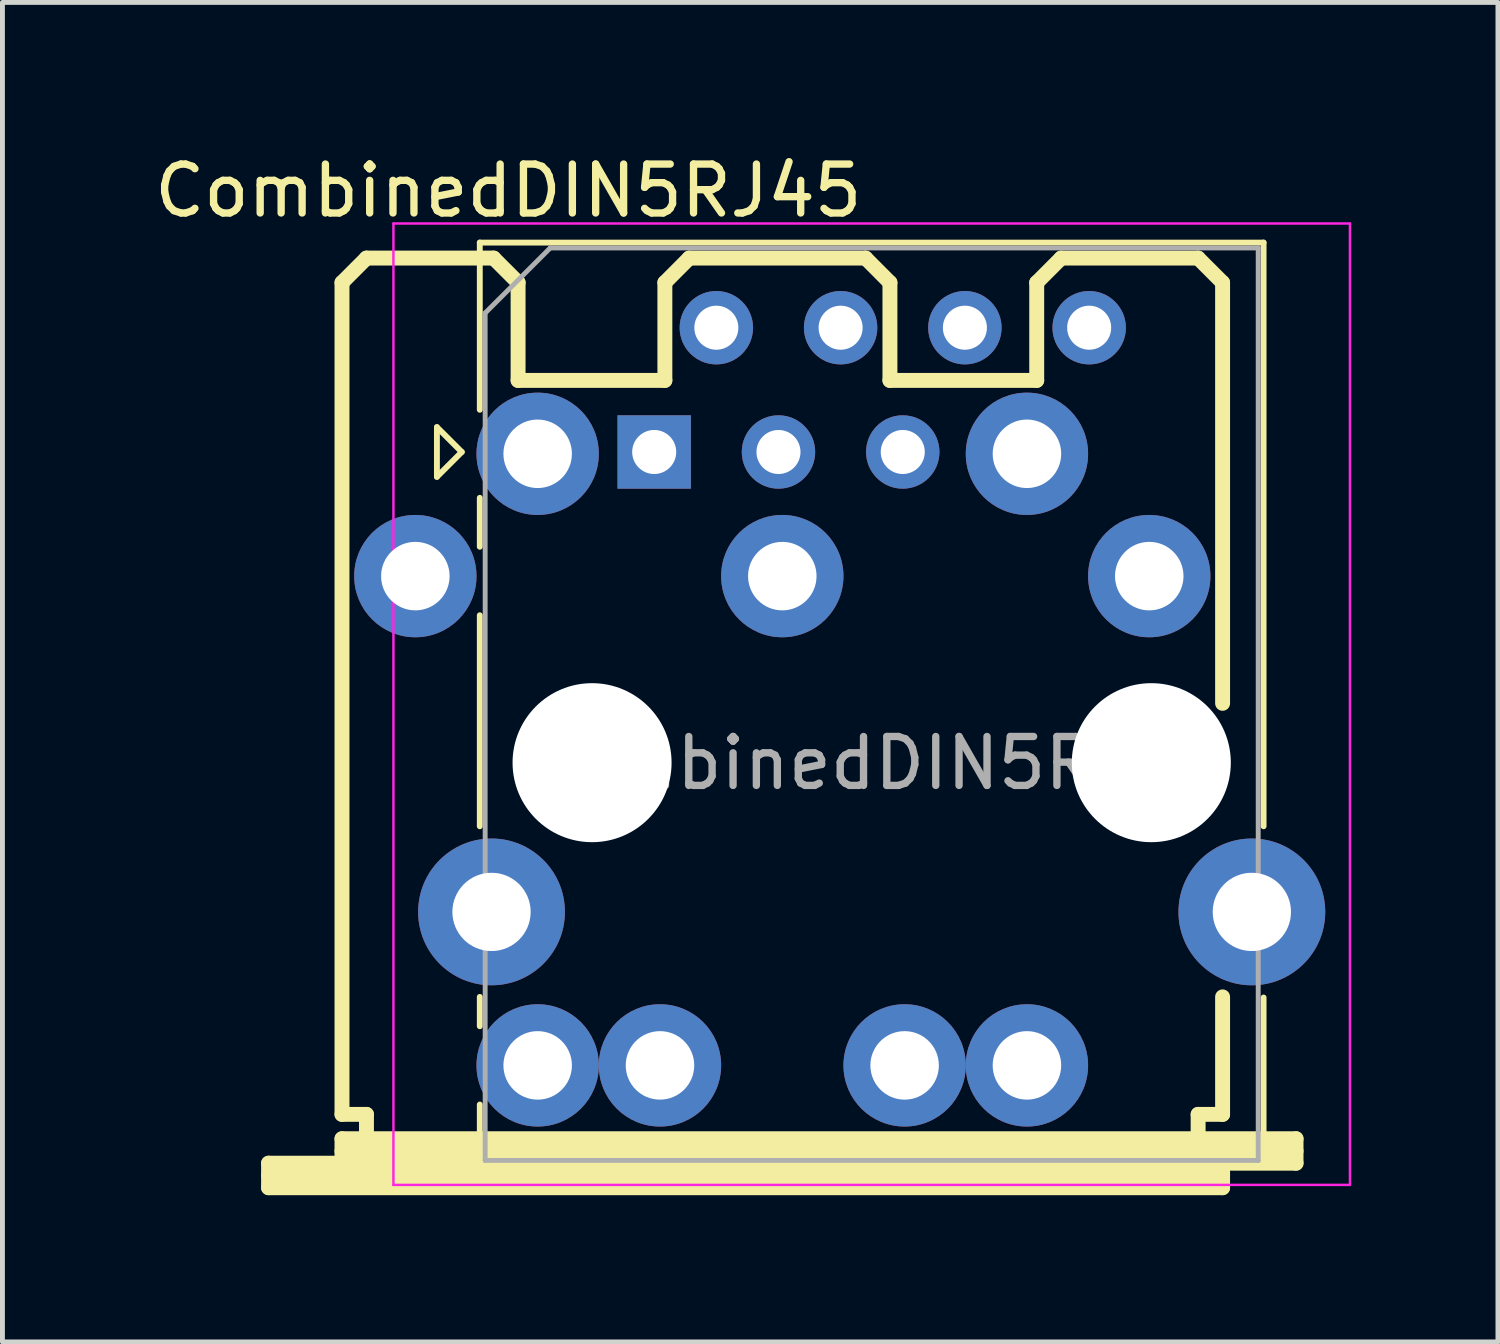
<source format=kicad_pcb>
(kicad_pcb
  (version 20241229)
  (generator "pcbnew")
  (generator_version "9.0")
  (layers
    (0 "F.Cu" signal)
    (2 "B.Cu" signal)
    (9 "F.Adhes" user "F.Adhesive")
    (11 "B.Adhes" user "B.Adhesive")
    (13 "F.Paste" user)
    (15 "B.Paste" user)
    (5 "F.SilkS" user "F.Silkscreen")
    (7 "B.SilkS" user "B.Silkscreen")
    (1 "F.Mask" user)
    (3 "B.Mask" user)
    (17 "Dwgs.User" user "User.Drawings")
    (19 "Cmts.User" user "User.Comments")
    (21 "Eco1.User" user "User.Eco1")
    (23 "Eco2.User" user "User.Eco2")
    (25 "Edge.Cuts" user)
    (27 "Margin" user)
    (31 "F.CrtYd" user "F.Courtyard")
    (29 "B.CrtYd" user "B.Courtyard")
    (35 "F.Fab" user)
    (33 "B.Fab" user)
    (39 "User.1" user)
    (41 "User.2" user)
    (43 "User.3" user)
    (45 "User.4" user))
  (footprint "CombinedDIN5RJ45"
    (layer "F.Cu")
    (at 12.939 11.725)
    (property "Reference" "CombinedDIN5RJ45" (at -5.6 -10.877 0) (layer "F.SilkS") (effects (font (size 1 1) (thickness 0.15))))
    (attr through_hole)
    (fp_line (start -10.5 8.999) (end -8.999 8.999) (stroke (width 0.305) (type solid)) (layer "F.SilkS"))
    (fp_line (start -10.5 9.251) (end 8.999 9.251) (stroke (width 0.305) (type solid)) (layer "F.SilkS"))
    (fp_line (start -10.5 9.5) (end -10.5 8.999) (stroke (width 0.305) (type solid)) (layer "F.SilkS"))
    (fp_line (start -8.999 -8.999) (end -8.999 8.001) (stroke (width 0.305) (type solid)) (layer "F.SilkS"))
    (fp_line (start -8.999 -8.999) (end -8.499 -9.5) (stroke (width 0.305) (type solid)) (layer "F.SilkS"))
    (fp_line (start -8.999 8.001) (end -8.499 8.001) (stroke (width 0.305) (type solid)) (layer "F.SilkS"))
    (fp_line (start -8.999 8.499) (end 10.5 8.499) (stroke (width 0.305) (type solid)) (layer "F.SilkS"))
    (fp_line (start -8.999 8.75) (end 10.5 8.75) (stroke (width 0.305) (type solid)) (layer "F.SilkS"))
    (fp_line (start -8.999 8.999) (end -8.999 8.499) (stroke (width 0.305) (type solid)) (layer "F.SilkS"))
    (fp_line (start -8.499 -9.5) (end -5.9 -9.5) (stroke (width 0.305) (type solid)) (layer "F.SilkS"))
    (fp_line (start -8.499 8.001) (end -8.499 8.499) (stroke (width 0.305) (type solid)) (layer "F.SilkS"))
    (fp_line (start -7.059 -6.045) (end -7.059 -5.029) (stroke (width 0.12) (type solid)) (layer "F.SilkS"))
    (fp_line (start -7.059 -5.029) (end -6.551 -5.537) (stroke (width 0.12) (type solid)) (layer "F.SilkS"))
    (fp_line (start -6.551 -5.537) (end -7.059 -6.045) (stroke (width 0.12) (type solid)) (layer "F.SilkS"))
    (fp_line (start -6.183 -9.817) (end -6.183 -6.4) (stroke (width 0.12) (type solid)) (layer "F.SilkS"))
    (fp_line (start -6.183 -3.6) (end -6.183 -4.6) (stroke (width 0.12) (type solid)) (layer "F.SilkS"))
    (fp_line (start -6.183 -2.2) (end -6.183 2.113) (stroke (width 0.12) (type solid)) (layer "F.SilkS"))
    (fp_line (start -6.183 5.6) (end -6.183 6.2) (stroke (width 0.12) (type solid)) (layer "F.SilkS"))
    (fp_line (start -6.183 7.8) (end -6.183 9.053) (stroke (width 0.12) (type solid)) (layer "F.SilkS"))
    (fp_line (start -5.9 -9.5) (end -5.4 -9) (stroke (width 0.305) (type solid)) (layer "F.SilkS"))
    (fp_line (start -5.4 -8.999) (end -5.4 -7) (stroke (width 0.305) (type solid)) (layer "F.SilkS"))
    (fp_line (start -5.4 -7) (end -2.4 -7) (stroke (width 0.305) (type solid)) (layer "F.SilkS"))
    (fp_line (start -2.4 -8.999) (end -2.4 -7) (stroke (width 0.305) (type solid)) (layer "F.SilkS"))
    (fp_line (start -1.902 -9.5) (end -2.4 -9) (stroke (width 0.305) (type solid)) (layer "F.SilkS"))
    (fp_line (start -1.902 -9.5) (end 1.702 -9.5) (stroke (width 0.305) (type solid)) (layer "F.SilkS"))
    (fp_line (start 1.702 -9.5) (end 2.2 -9) (stroke (width 0.305) (type solid)) (layer "F.SilkS"))
    (fp_line (start 2.2 -8.999) (end 2.2 -7) (stroke (width 0.305) (type solid)) (layer "F.SilkS"))
    (fp_line (start 5.2 -8.999) (end 5.2 -7) (stroke (width 0.305) (type solid)) (layer "F.SilkS"))
    (fp_line (start 5.2 -7) (end 2.2 -7) (stroke (width 0.305) (type solid)) (layer "F.SilkS"))
    (fp_line (start 5.7 -9.5) (end 5.2 -8.999) (stroke (width 0.305) (type solid)) (layer "F.SilkS"))
    (fp_line (start 8.499 -9.5) (end 5.7 -9.5) (stroke (width 0.305) (type solid)) (layer "F.SilkS"))
    (fp_line (start 8.499 8.499) (end 8.499 8.001) (stroke (width 0.305) (type solid)) (layer "F.SilkS"))
    (fp_line (start 8.999 -8.999) (end 8.499 -9.5) (stroke (width 0.305) (type solid)) (layer "F.SilkS"))
    (fp_line (start 8.999 -8.999) (end 8.999 -0.4) (stroke (width 0.305) (type solid)) (layer "F.SilkS"))
    (fp_line (start 8.999 5.6) (end 8.999 8.001) (stroke (width 0.305) (type solid)) (layer "F.SilkS"))
    (fp_line (start 8.999 8.001) (end 8.499 8.001) (stroke (width 0.305) (type solid)) (layer "F.SilkS"))
    (fp_line (start 8.999 8.999) (end -8.999 8.999) (stroke (width 0.305) (type solid)) (layer "F.SilkS"))
    (fp_line (start 8.999 8.999) (end 8.999 9.5) (stroke (width 0.305) (type solid)) (layer "F.SilkS"))
    (fp_line (start 8.999 9.5) (end -10.5 9.5) (stroke (width 0.305) (type solid)) (layer "F.SilkS"))
    (fp_line (start 9.837 -9.817) (end -6.183 -9.817) (stroke (width 0.12) (type solid)) (layer "F.SilkS"))
    (fp_line (start 9.837 -9.817) (end 9.837 2.113) (stroke (width 0.12) (type solid)) (layer "F.SilkS"))
    (fp_line (start 9.837 5.613) (end 9.837 9.053) (stroke (width 0.12) (type solid)) (layer "F.SilkS"))
    (fp_line (start 9.837 9.053) (end -6.183 9.053) (stroke (width 0.12) (type solid)) (layer "F.SilkS"))
    (fp_line (start 10.5 8.499) (end 10.5 8.999) (stroke (width 0.305) (type solid)) (layer "F.SilkS"))
    (fp_line (start 10.5 8.999) (end 8.999 8.999) (stroke (width 0.305) (type solid)) (layer "F.SilkS"))
    (fp_line (start -7.948 -10.207) (end 11.602 -10.207) (stroke (width 0.05) (type solid)) (layer "F.CrtYd"))
    (fp_line (start -7.948 9.443) (end -7.948 -10.207) (stroke (width 0.05) (type solid)) (layer "F.CrtYd"))
    (fp_line (start 11.602 -10.207) (end 11.602 9.443) (stroke (width 0.05) (type solid)) (layer "F.CrtYd"))
    (fp_line (start 11.602 9.443) (end -7.948 9.443) (stroke (width 0.05) (type solid)) (layer "F.CrtYd"))
    (fp_line (start -6.073 -8.377) (end -6.073 8.943) (stroke (width 0.1) (type solid)) (layer "F.Fab"))
    (fp_line (start -6.073 -8.377) (end -4.743 -9.707) (stroke (width 0.1) (type solid)) (layer "F.Fab"))
    (fp_line (start 9.727 -9.707) (end -4.743 -9.707) (stroke (width 0.1) (type solid)) (layer "F.Fab"))
    (fp_line (start 9.727 8.943) (end -6.073 8.943) (stroke (width 0.1) (type solid)) (layer "F.Fab"))
    (fp_line (start 9.727 8.943) (end 9.727 -9.707) (stroke (width 0.1) (type solid)) (layer "F.Fab"))
    (fp_text user "${REFERENCE}" (at 1.827 0.823 0) (layer "F.Fab") (effects (font (size 1 1) (thickness 0.15))))
    (pad "" np_thru_hole circle (at -3.888 0.813) (size 3.25 3.25) (drill 3.25) (layers "*.Cu" "*.Mask"))
    (pad "" np_thru_hole circle (at 7.542 0.813 180) (size 3.25 3.25) (drill 3.25) (layers "*.Cu" "*.Mask"))
    (pad "1" thru_hole circle (at 6.272 -8.077 180) (size 1.5 1.5) (drill 0.9) (layers "*.Cu" "*.Mask"))
    (pad "1" thru_hole circle (at 7.5 -3) (size 2.5 2.5) (drill 1.4) (layers "*.Cu" "*.Mask"))
    (pad "2" thru_hole circle (at -5.943 3.863) (size 3 3) (drill 1.6) (layers "*.Cu" "*.Mask"))
    (pad "2" thru_hole circle (at -5 7) (size 2.5 2.5) (drill 1.4) (layers "*.Cu" "*.Mask"))
    (pad "2" thru_hole circle (at -2.5 7) (size 2.5 2.5) (drill 1.4) (layers "*.Cu" "*.Mask"))
    (pad "2" thru_hole circle (at -0.078 -5.537 180) (size 1.5 1.5) (drill 0.9) (layers "*.Cu" "*.Mask"))
    (pad "2" thru_hole circle (at 0 -3) (size 2.5 2.5) (drill 1.4) (layers "*.Cu" "*.Mask"))
    (pad "2" thru_hole circle (at 1.192 -8.077 180) (size 1.5 1.5) (drill 0.9) (layers "*.Cu" "*.Mask"))
    (pad "2" thru_hole circle (at 2.462 -5.537 180) (size 1.5 1.5) (drill 0.9) (layers "*.Cu" "*.Mask"))
    (pad "2" thru_hole circle (at 2.5 7) (size 2.5 2.5) (drill 1.4) (layers "*.Cu" "*.Mask"))
    (pad "2" thru_hole circle (at 3.732 -8.077 180) (size 1.5 1.5) (drill 0.9) (layers "*.Cu" "*.Mask"))
    (pad "2" thru_hole circle (at 5 7) (size 2.5 2.5) (drill 1.4) (layers "*.Cu" "*.Mask"))
    (pad "2" thru_hole circle (at 9.597 3.863 180) (size 3 3) (drill 1.6) (layers "*.Cu" "*.Mask"))
    (pad "3" thru_hole circle (at -7.5 -3) (size 2.5 2.5) (drill 1.4) (layers "*.Cu" "*.Mask"))
    (pad "3" thru_hole rect (at -2.618 -5.537 180) (size 1.5 1.5) (drill 0.9) (layers "*.Cu" "*.Mask"))
    (pad "4" thru_hole circle (at 5 -5.5) (size 2.5 2.5) (drill 1.4) (layers "*.Cu" "*.Mask"))
    (pad "5" thru_hole circle (at -5 -5.5) (size 2.5 2.5) (drill 1.4) (layers "*.Cu" "*.Mask"))
    (pad "5" thru_hole circle (at -1.348 -8.077 180) (size 1.5 1.5) (drill 0.9) (layers "*.Cu" "*.Mask")))
  (gr_rect
    (start -3 -3)
    (end 27.566 24.377)
    (stroke (width 0.1) (type default))
    (fill no)
    (layer "Edge.Cuts")))
</source>
